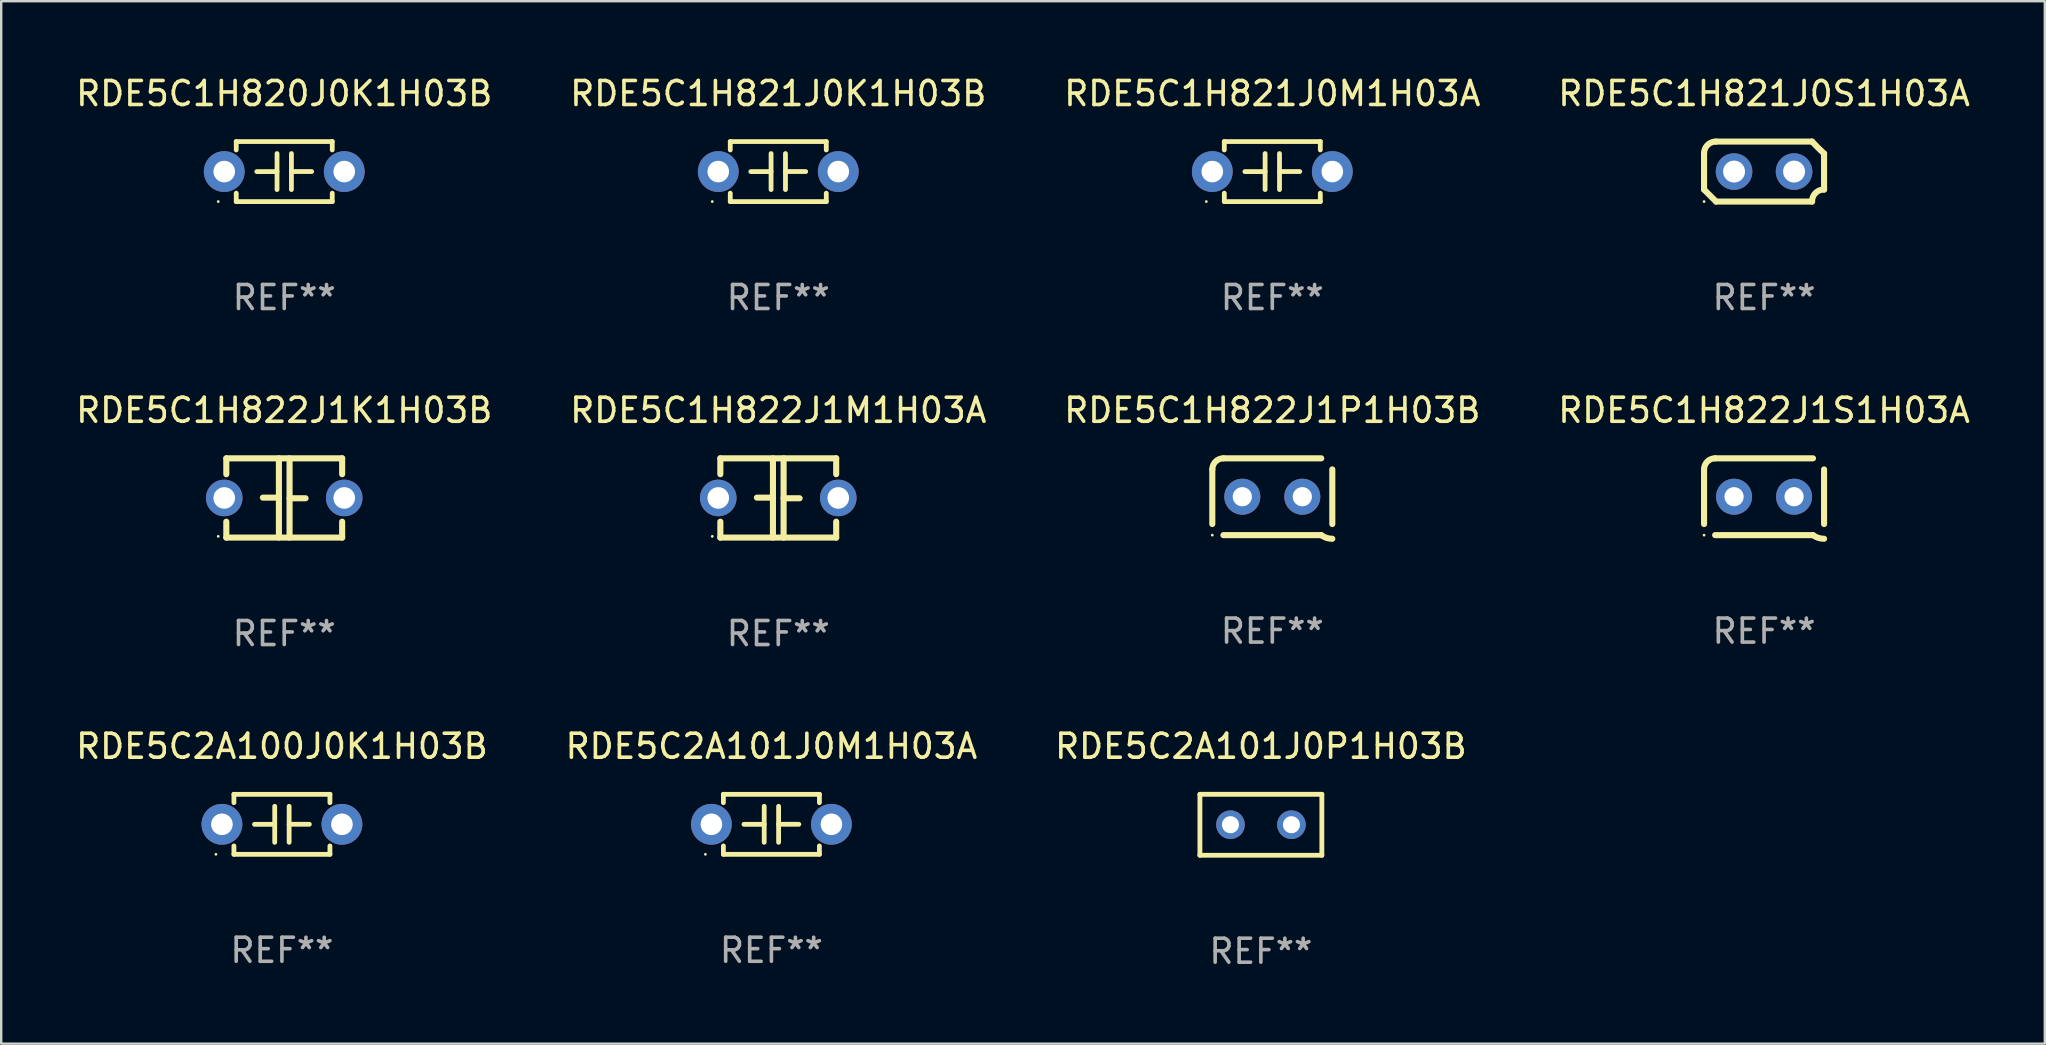
<source format=kicad_pcb>
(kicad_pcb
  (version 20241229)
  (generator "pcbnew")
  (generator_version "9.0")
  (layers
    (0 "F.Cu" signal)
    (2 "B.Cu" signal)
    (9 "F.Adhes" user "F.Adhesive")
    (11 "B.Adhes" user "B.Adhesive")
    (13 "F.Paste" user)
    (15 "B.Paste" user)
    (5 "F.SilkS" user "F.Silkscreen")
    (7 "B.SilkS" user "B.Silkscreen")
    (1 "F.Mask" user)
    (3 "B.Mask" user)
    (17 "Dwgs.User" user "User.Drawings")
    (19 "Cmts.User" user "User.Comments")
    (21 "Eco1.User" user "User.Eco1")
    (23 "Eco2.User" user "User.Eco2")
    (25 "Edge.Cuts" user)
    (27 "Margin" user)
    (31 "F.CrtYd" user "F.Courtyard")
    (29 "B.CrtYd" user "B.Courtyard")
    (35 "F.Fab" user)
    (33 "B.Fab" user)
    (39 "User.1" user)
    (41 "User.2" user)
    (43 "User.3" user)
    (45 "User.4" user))
  (footprint "RDE5C2A101J0P1H03B"
    (layer "F.Cu")
    (at 49.482 31.313)
    (property "Reference" "RDE5C2A101J0P1H03B" (at 0 -3.27 0) (layer "F.SilkS") (effects (font (size 1 1) (thickness 0.15))))
    (attr through_hole)
    (fp_line (start -2.54 -1.27) (end -2.54 1.27) (stroke (width 0.201) (type solid)) (layer "F.SilkS"))
    (fp_line (start -2.54 1.27) (end 2.54 1.27) (stroke (width 0.201) (type solid)) (layer "F.SilkS"))
    (fp_line (start 2.54 -1.27) (end -2.54 -1.27) (stroke (width 0.201) (type solid)) (layer "F.SilkS"))
    (fp_line (start 2.54 1.27) (end 2.54 -1.27) (stroke (width 0.201) (type solid)) (layer "F.SilkS"))
    (fp_circle (center -2.497 1.247) (end -2.467 1.247) (stroke (width 0.06) (type solid)) (fill no) (layer "F.SilkS"))
    (fp_text user "REF**" (at 0 5.27 0) (layer "F.Fab") (effects (font (size 1 1) (thickness 0.15))))
    (pad "1" thru_hole circle (at -1.267 -0.003) (size 1.194 1.194) (drill 0.711) (layers "*.Cu" "*.Mask"))
    (pad "2" thru_hole circle (at 1.273 -0.003) (size 1.194 1.194) (drill 0.711) (layers "*.Cu" "*.Mask")))
  (footprint "RDE5C1H821J0K1H03B"
    (layer "F.Cu")
    (at 29.375 4.098)
    (property "Reference" "RDE5C1H821J0K1H03B" (at 0 -3.25 0) (layer "F.SilkS") (effects (font (size 1 1) (thickness 0.15))))
    (attr through_hole)
    (fp_line (start -2 -1.25) (end -2 -0.901) (stroke (width 0.2) (type solid)) (layer "F.SilkS"))
    (fp_line (start -2 -1.25) (end 2 -1.25) (stroke (width 0.2) (type solid)) (layer "F.SilkS"))
    (fp_line (start -2 0.901) (end -2 1.25) (stroke (width 0.2) (type solid)) (layer "F.SilkS"))
    (fp_line (start -0.3 -0.75) (end -0.3 0.75) (stroke (width 0.2) (type solid)) (layer "F.SilkS"))
    (fp_line (start -0.3 0.001) (end -1.143 0.001) (stroke (width 0.2) (type solid)) (layer "F.SilkS"))
    (fp_line (start 0.3 -0.001) (end 1.143 -0.001) (stroke (width 0.2) (type solid)) (layer "F.SilkS"))
    (fp_line (start 0.3 0.75) (end 0.3 -0.75) (stroke (width 0.2) (type solid)) (layer "F.SilkS"))
    (fp_line (start 2 -1.25) (end 2 -0.901) (stroke (width 0.2) (type solid)) (layer "F.SilkS"))
    (fp_line (start 2 0.901) (end 2 1.25) (stroke (width 0.2) (type solid)) (layer "F.SilkS"))
    (fp_line (start 2 1.25) (end -2 1.25) (stroke (width 0.2) (type solid)) (layer "F.SilkS"))
    (fp_circle (center -2.75 1.25) (end -2.72 1.25) (stroke (width 0.06) (type solid)) (fill no) (layer "F.SilkS"))
    (fp_text user "REF**" (at 0 5.25 0) (layer "F.Fab") (effects (font (size 1 1) (thickness 0.15))))
    (pad "1" thru_hole circle (at -2.5 0) (size 1.7 1.7) (drill 0.9) (layers "*.Cu" "*.Mask"))
    (pad "2" thru_hole circle (at 2.5 0) (size 1.7 1.7) (drill 0.9) (layers "*.Cu" "*.Mask")))
  (footprint "RDE5C2A100J0K1H03B"
    (layer "F.Cu")
    (at 8.696 31.293)
    (property "Reference" "RDE5C2A100J0K1H03B" (at 0 -3.25 0) (layer "F.SilkS") (effects (font (size 1 1) (thickness 0.15))))
    (attr through_hole)
    (fp_line (start -2 -1.25) (end -2 -0.901) (stroke (width 0.2) (type solid)) (layer "F.SilkS"))
    (fp_line (start -2 -1.25) (end 2 -1.25) (stroke (width 0.2) (type solid)) (layer "F.SilkS"))
    (fp_line (start -2 0.901) (end -2 1.25) (stroke (width 0.2) (type solid)) (layer "F.SilkS"))
    (fp_line (start -0.3 -0.75) (end -0.3 0.75) (stroke (width 0.2) (type solid)) (layer "F.SilkS"))
    (fp_line (start -0.3 0.001) (end -1.143 0.001) (stroke (width 0.2) (type solid)) (layer "F.SilkS"))
    (fp_line (start 0.3 -0.001) (end 1.143 -0.001) (stroke (width 0.2) (type solid)) (layer "F.SilkS"))
    (fp_line (start 0.3 0.75) (end 0.3 -0.75) (stroke (width 0.2) (type solid)) (layer "F.SilkS"))
    (fp_line (start 2 -1.25) (end 2 -0.901) (stroke (width 0.2) (type solid)) (layer "F.SilkS"))
    (fp_line (start 2 0.901) (end 2 1.25) (stroke (width 0.2) (type solid)) (layer "F.SilkS"))
    (fp_line (start 2 1.25) (end -2 1.25) (stroke (width 0.2) (type solid)) (layer "F.SilkS"))
    (fp_circle (center -2.75 1.25) (end -2.72 1.25) (stroke (width 0.06) (type solid)) (fill no) (layer "F.SilkS"))
    (fp_text user "REF**" (at 0 5.25 0) (layer "F.Fab") (effects (font (size 1 1) (thickness 0.15))))
    (pad "1" thru_hole circle (at -2.5 0) (size 1.7 1.7) (drill 0.9) (layers "*.Cu" "*.Mask"))
    (pad "2" thru_hole circle (at 2.5 0) (size 1.7 1.7) (drill 0.9) (layers "*.Cu" "*.Mask")))
  (footprint "RDE5C2A101J0M1H03A"
    (layer "F.Cu")
    (at 29.089 31.293)
    (property "Reference" "RDE5C2A101J0M1H03A" (at 0 -3.25 0) (layer "F.SilkS") (effects (font (size 1 1) (thickness 0.15))))
    (attr through_hole)
    (fp_line (start -2 -1.25) (end -2 -0.901) (stroke (width 0.2) (type solid)) (layer "F.SilkS"))
    (fp_line (start -2 -1.25) (end 2 -1.25) (stroke (width 0.2) (type solid)) (layer "F.SilkS"))
    (fp_line (start -2 0.901) (end -2 1.25) (stroke (width 0.2) (type solid)) (layer "F.SilkS"))
    (fp_line (start -0.3 -0.75) (end -0.3 0.75) (stroke (width 0.2) (type solid)) (layer "F.SilkS"))
    (fp_line (start -0.3 0.001) (end -1.143 0.001) (stroke (width 0.2) (type solid)) (layer "F.SilkS"))
    (fp_line (start 0.3 -0.001) (end 1.143 -0.001) (stroke (width 0.2) (type solid)) (layer "F.SilkS"))
    (fp_line (start 0.3 0.75) (end 0.3 -0.75) (stroke (width 0.2) (type solid)) (layer "F.SilkS"))
    (fp_line (start 2 -1.25) (end 2 -0.901) (stroke (width 0.2) (type solid)) (layer "F.SilkS"))
    (fp_line (start 2 0.901) (end 2 1.25) (stroke (width 0.2) (type solid)) (layer "F.SilkS"))
    (fp_line (start 2 1.25) (end -2 1.25) (stroke (width 0.2) (type solid)) (layer "F.SilkS"))
    (fp_circle (center -2.75 1.25) (end -2.72 1.25) (stroke (width 0.06) (type solid)) (fill no) (layer "F.SilkS"))
    (fp_text user "REF**" (at 0 5.25 0) (layer "F.Fab") (effects (font (size 1 1) (thickness 0.15))))
    (pad "1" thru_hole circle (at -2.5 0) (size 1.7 1.7) (drill 0.9) (layers "*.Cu" "*.Mask"))
    (pad "2" thru_hole circle (at 2.5 0) (size 1.7 1.7) (drill 0.9) (layers "*.Cu" "*.Mask")))
  (footprint "RDE5C1H822J1S1H03A"
    (layer "F.Cu")
    (at 70.446 17.645)
    (property "Reference" "RDE5C1H822J1S1H03A" (at 0 -3.6 0) (layer "F.SilkS") (effects (font (size 1 1) (thickness 0.15))))
    (attr through_hole)
    (fp_line (start -2.5 1.138) (end -2.5 -1.138) (stroke (width 0.254) (type solid)) (layer "F.SilkS"))
    (fp_line (start -2.038 1.6) (end 2.038 1.6) (stroke (width 0.254) (type solid)) (layer "F.SilkS"))
    (fp_line (start 2.038 -1.6) (end -2.038 -1.6) (stroke (width 0.254) (type solid)) (layer "F.SilkS"))
    (fp_line (start 2.5 -1.138) (end 2.5 1.138) (stroke (width 0.254) (type solid)) (layer "F.SilkS"))
    (fp_arc (start -2.5 -1.137744) (mid -2.364601 -1.464626) (end -2.037719 -1.600025) (stroke (width 0.254001) (type solid)) (layer "F.SilkS"))
    (fp_arc (start -2.5 1.137719) (mid 2.500022 -1.137741) (end -2.5 1.137719) (stroke (width 0.254001) (type solid)) (layer "F.SilkS"))
    (fp_arc (start 2.5 1.751767) (mid 2.256726 1.712861) (end 2.037719 1.600025) (stroke (width 0.254001) (type solid)) (layer "F.SilkS"))
    (fp_circle (center -2.5 1.6) (end -2.47 1.6) (stroke (width 0.06) (type solid)) (fill no) (layer "F.SilkS"))
    (fp_text user "REF**" (at 0 5.6 0) (layer "F.Fab") (effects (font (size 1 1) (thickness 0.15))))
    (pad "1" thru_hole circle (at -1.25 -0.000076) (size 1.5 1.5) (drill 0.8) (layers "*.Cu" "*.Mask"))
    (pad "2" thru_hole circle (at 1.25 -0.000076) (size 1.5 1.5) (drill 0.8) (layers "*.Cu" "*.Mask")))
  (footprint "RDE5C1H822J1M1H03A"
    (layer "F.Cu")
    (at 29.375 17.696)
    (property "Reference" "RDE5C1H822J1M1H03A" (at 0 -3.651 0) (layer "F.SilkS") (effects (font (size 1 1) (thickness 0.15))))
    (attr through_hole)
    (fp_line (start -2.413 -1.651) (end 2.413 -1.651) (stroke (width 0.254) (type solid)) (layer "F.SilkS"))
    (fp_line (start -2.413 -0.989) (end -2.413 -1.651) (stroke (width 0.254) (type solid)) (layer "F.SilkS"))
    (fp_line (start -2.413 1.651) (end -2.413 0.989) (stroke (width 0.254) (type solid)) (layer "F.SilkS"))
    (fp_line (start -0.222 -0.013) (end -0.889 -0.013) (stroke (width 0.254) (type solid)) (layer "F.SilkS"))
    (fp_line (start -0.222 1.651) (end -0.222 -1.651) (stroke (width 0.254) (type solid)) (layer "F.SilkS"))
    (fp_line (start 0.222 -1.651) (end 0.222 1.651) (stroke (width 0.254) (type solid)) (layer "F.SilkS"))
    (fp_line (start 0.222 0.013) (end 0.889 0.013) (stroke (width 0.254) (type solid)) (layer "F.SilkS"))
    (fp_line (start 2.413 -1.651) (end 2.413 -0.989) (stroke (width 0.254) (type solid)) (layer "F.SilkS"))
    (fp_line (start 2.413 0.989) (end 2.413 1.651) (stroke (width 0.254) (type solid)) (layer "F.SilkS"))
    (fp_line (start 2.413 1.651) (end -2.413 1.651) (stroke (width 0.254) (type solid)) (layer "F.SilkS"))
    (fp_circle (center -2.75 1.6) (end -2.72 1.6) (stroke (width 0.06) (type solid)) (fill no) (layer "F.SilkS"))
    (fp_text user "REF**" (at 0 5.651 0) (layer "F.Fab") (effects (font (size 1 1) (thickness 0.15))))
    (pad "1" thru_hole circle (at -2.5 0) (size 1.524 1.524) (drill 0.9) (layers "*.Cu" "*.Mask"))
    (pad "2" thru_hole circle (at 2.5 0) (size 1.524 1.524) (drill 0.9) (layers "*.Cu" "*.Mask")))
  (footprint "RDE5C1H820J0K1H03B"
    (layer "F.Cu")
    (at 8.792 4.098)
    (property "Reference" "RDE5C1H820J0K1H03B" (at 0 -3.25 0) (layer "F.SilkS") (effects (font (size 1 1) (thickness 0.15))))
    (attr through_hole)
    (fp_line (start -2 -1.25) (end -2 -0.901) (stroke (width 0.2) (type solid)) (layer "F.SilkS"))
    (fp_line (start -2 -1.25) (end 2 -1.25) (stroke (width 0.2) (type solid)) (layer "F.SilkS"))
    (fp_line (start -2 0.901) (end -2 1.25) (stroke (width 0.2) (type solid)) (layer "F.SilkS"))
    (fp_line (start -0.3 -0.75) (end -0.3 0.75) (stroke (width 0.2) (type solid)) (layer "F.SilkS"))
    (fp_line (start -0.3 0.001) (end -1.143 0.001) (stroke (width 0.2) (type solid)) (layer "F.SilkS"))
    (fp_line (start 0.3 -0.001) (end 1.143 -0.001) (stroke (width 0.2) (type solid)) (layer "F.SilkS"))
    (fp_line (start 0.3 0.75) (end 0.3 -0.75) (stroke (width 0.2) (type solid)) (layer "F.SilkS"))
    (fp_line (start 2 -1.25) (end 2 -0.901) (stroke (width 0.2) (type solid)) (layer "F.SilkS"))
    (fp_line (start 2 0.901) (end 2 1.25) (stroke (width 0.2) (type solid)) (layer "F.SilkS"))
    (fp_line (start 2 1.25) (end -2 1.25) (stroke (width 0.2) (type solid)) (layer "F.SilkS"))
    (fp_circle (center -2.75 1.25) (end -2.72 1.25) (stroke (width 0.06) (type solid)) (fill no) (layer "F.SilkS"))
    (fp_text user "REF**" (at 0 5.25 0) (layer "F.Fab") (effects (font (size 1 1) (thickness 0.15))))
    (pad "1" thru_hole circle (at -2.5 0) (size 1.7 1.7) (drill 0.9) (layers "*.Cu" "*.Mask"))
    (pad "2" thru_hole circle (at 2.5 0) (size 1.7 1.7) (drill 0.9) (layers "*.Cu" "*.Mask")))
  (footprint "RDE5C1H822J1P1H03B"
    (layer "F.Cu")
    (at 49.958 17.645)
    (property "Reference" "RDE5C1H822J1P1H03B" (at 0 -3.6 0) (layer "F.SilkS") (effects (font (size 1 1) (thickness 0.15))))
    (attr through_hole)
    (fp_line (start -2.5 1.138) (end -2.5 -1.138) (stroke (width 0.254) (type solid)) (layer "F.SilkS"))
    (fp_line (start -2.038 1.6) (end 2.038 1.6) (stroke (width 0.254) (type solid)) (layer "F.SilkS"))
    (fp_line (start 2.038 -1.6) (end -2.038 -1.6) (stroke (width 0.254) (type solid)) (layer "F.SilkS"))
    (fp_line (start 2.5 -1.138) (end 2.5 1.138) (stroke (width 0.254) (type solid)) (layer "F.SilkS"))
    (fp_arc (start -2.5 -1.137744) (mid -2.364601 -1.464626) (end -2.037719 -1.600025) (stroke (width 0.254001) (type solid)) (layer "F.SilkS"))
    (fp_arc (start -2.5 1.137719) (mid 2.500022 -1.137741) (end -2.5 1.137719) (stroke (width 0.254001) (type solid)) (layer "F.SilkS"))
    (fp_arc (start 2.5 1.751767) (mid 2.256726 1.712861) (end 2.037719 1.600025) (stroke (width 0.254001) (type solid)) (layer "F.SilkS"))
    (fp_circle (center -2.5 1.6) (end -2.47 1.6) (stroke (width 0.06) (type solid)) (fill no) (layer "F.SilkS"))
    (fp_text user "REF**" (at 0 5.6 0) (layer "F.Fab") (effects (font (size 1 1) (thickness 0.15))))
    (pad "1" thru_hole circle (at -1.25 -0.000076) (size 1.5 1.5) (drill 0.8) (layers "*.Cu" "*.Mask"))
    (pad "2" thru_hole circle (at 1.25 -0.000076) (size 1.5 1.5) (drill 0.8) (layers "*.Cu" "*.Mask")))
  (footprint "RDE5C1H822J1K1H03B"
    (layer "F.Cu")
    (at 8.792 17.696)
    (property "Reference" "RDE5C1H822J1K1H03B" (at 0 -3.651 0) (layer "F.SilkS") (effects (font (size 1 1) (thickness 0.15))))
    (attr through_hole)
    (fp_line (start -2.413 -1.651) (end 2.413 -1.651) (stroke (width 0.254) (type solid)) (layer "F.SilkS"))
    (fp_line (start -2.413 -0.989) (end -2.413 -1.651) (stroke (width 0.254) (type solid)) (layer "F.SilkS"))
    (fp_line (start -2.413 1.651) (end -2.413 0.989) (stroke (width 0.254) (type solid)) (layer "F.SilkS"))
    (fp_line (start -0.222 -0.013) (end -0.889 -0.013) (stroke (width 0.254) (type solid)) (layer "F.SilkS"))
    (fp_line (start -0.222 1.651) (end -0.222 -1.651) (stroke (width 0.254) (type solid)) (layer "F.SilkS"))
    (fp_line (start 0.222 -1.651) (end 0.222 1.651) (stroke (width 0.254) (type solid)) (layer "F.SilkS"))
    (fp_line (start 0.222 0.013) (end 0.889 0.013) (stroke (width 0.254) (type solid)) (layer "F.SilkS"))
    (fp_line (start 2.413 -1.651) (end 2.413 -0.989) (stroke (width 0.254) (type solid)) (layer "F.SilkS"))
    (fp_line (start 2.413 0.989) (end 2.413 1.651) (stroke (width 0.254) (type solid)) (layer "F.SilkS"))
    (fp_line (start 2.413 1.651) (end -2.413 1.651) (stroke (width 0.254) (type solid)) (layer "F.SilkS"))
    (fp_circle (center -2.75 1.6) (end -2.72 1.6) (stroke (width 0.06) (type solid)) (fill no) (layer "F.SilkS"))
    (fp_text user "REF**" (at 0 5.651 0) (layer "F.Fab") (effects (font (size 1 1) (thickness 0.15))))
    (pad "1" thru_hole circle (at -2.5 0) (size 1.524 1.524) (drill 0.9) (layers "*.Cu" "*.Mask"))
    (pad "2" thru_hole circle (at 2.5 0) (size 1.524 1.524) (drill 0.9) (layers "*.Cu" "*.Mask")))
  (footprint "RDE5C1H821J0M1H03A"
    (layer "F.Cu")
    (at 49.958 4.098)
    (property "Reference" "RDE5C1H821J0M1H03A" (at 0 -3.25 0) (layer "F.SilkS") (effects (font (size 1 1) (thickness 0.15))))
    (attr through_hole)
    (fp_line (start -2 -1.25) (end -2 -0.901) (stroke (width 0.2) (type solid)) (layer "F.SilkS"))
    (fp_line (start -2 -1.25) (end 2 -1.25) (stroke (width 0.2) (type solid)) (layer "F.SilkS"))
    (fp_line (start -2 0.901) (end -2 1.25) (stroke (width 0.2) (type solid)) (layer "F.SilkS"))
    (fp_line (start -0.3 -0.75) (end -0.3 0.75) (stroke (width 0.2) (type solid)) (layer "F.SilkS"))
    (fp_line (start -0.3 0.001) (end -1.143 0.001) (stroke (width 0.2) (type solid)) (layer "F.SilkS"))
    (fp_line (start 0.3 -0.001) (end 1.143 -0.001) (stroke (width 0.2) (type solid)) (layer "F.SilkS"))
    (fp_line (start 0.3 0.75) (end 0.3 -0.75) (stroke (width 0.2) (type solid)) (layer "F.SilkS"))
    (fp_line (start 2 -1.25) (end 2 -0.901) (stroke (width 0.2) (type solid)) (layer "F.SilkS"))
    (fp_line (start 2 0.901) (end 2 1.25) (stroke (width 0.2) (type solid)) (layer "F.SilkS"))
    (fp_line (start 2 1.25) (end -2 1.25) (stroke (width 0.2) (type solid)) (layer "F.SilkS"))
    (fp_circle (center -2.75 1.25) (end -2.72 1.25) (stroke (width 0.06) (type solid)) (fill no) (layer "F.SilkS"))
    (fp_text user "REF**" (at 0 5.25 0) (layer "F.Fab") (effects (font (size 1 1) (thickness 0.15))))
    (pad "1" thru_hole circle (at -2.5 0) (size 1.7 1.7) (drill 0.9) (layers "*.Cu" "*.Mask"))
    (pad "2" thru_hole circle (at 2.5 0) (size 1.7 1.7) (drill 0.9) (layers "*.Cu" "*.Mask")))
  (footprint "RDE5C1H821J0S1H03A"
    (layer "F.Cu")
    (at 70.446 4.098)
    (property "Reference" "RDE5C1H821J0S1H03A" (at 0 -3.25 0) (layer "F.SilkS") (effects (font (size 1 1) (thickness 0.15))))
    (attr through_hole)
    (fp_line (start -2.5 -0.75) (end -2.5 0.75) (stroke (width 0.254) (type solid)) (layer "F.SilkS"))
    (fp_line (start -2 -1.25) (end 2 -1.25) (stroke (width 0.254) (type solid)) (layer "F.SilkS"))
    (fp_line (start 2 1.25) (end -2 1.25) (stroke (width 0.254) (type solid)) (layer "F.SilkS"))
    (fp_line (start 2.5 0.75) (end 2.5 -0.75) (stroke (width 0.254) (type solid)) (layer "F.SilkS"))
    (fp_arc (start -2.5 0.749962) (mid -2.249559 0.999558) (end -1.99929 1.249325) (stroke (width 0.254001) (type solid)) (layer "F.SilkS"))
    (fp_arc (start -2.499366 -0.749302) (mid -2.356411 -1.106098) (end -2 -1.250013) (stroke (width 0.254001) (type solid)) (layer "F.SilkS"))
    (fp_arc (start 2 1.250013) (mid 2.142747 0.89301) (end 2.499364 0.749302) (stroke (width 0.254001) (type solid)) (layer "F.SilkS"))
    (fp_arc (start 2.5 -0.749962) (mid 2.245609 -0.995598) (end 1.999289 -1.249327) (stroke (width 0.254001) (type solid)) (layer "F.SilkS"))
    (fp_circle (center -2.5 1.25) (end -2.47 1.25) (stroke (width 0.06) (type solid)) (fill no) (layer "F.SilkS"))
    (fp_text user "REF**" (at 0 5.25 0) (layer "F.Fab") (effects (font (size 1 1) (thickness 0.15))))
    (pad "1" thru_hole circle (at -1.25 0) (size 1.524 1.524) (drill 0.914) (layers "*.Cu" "*.Mask"))
    (pad "2" thru_hole circle (at 1.25 0) (size 1.524 1.524) (drill 0.914) (layers "*.Cu" "*.Mask")))
  (gr_rect
    (start -3 -3)
    (end 82.143 40.432)
    (stroke (width 0.1) (type default))
    (fill no)
    (layer "Edge.Cuts")))
</source>
